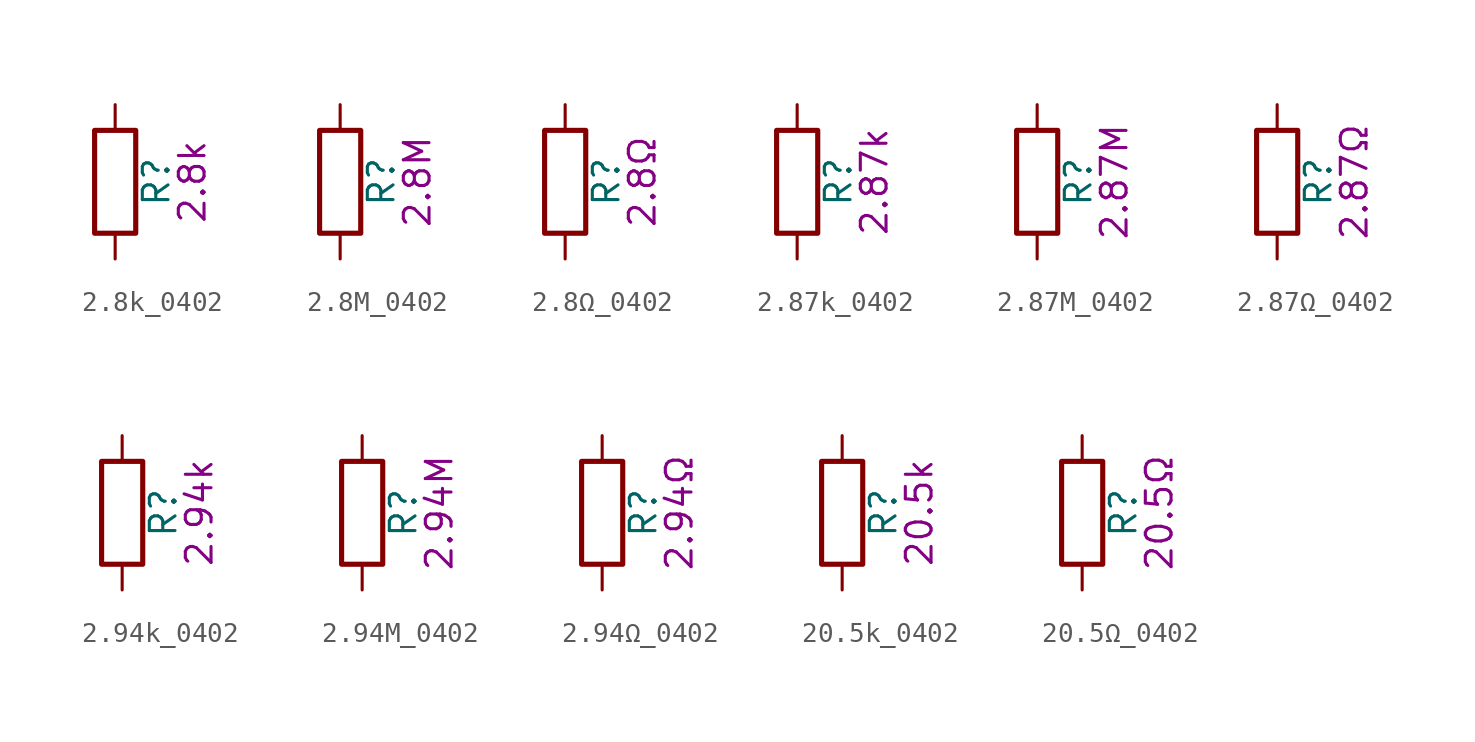
<source format=kicad_sym>
(kicad_symbol_lib
  (version 20211014)
  (generator kicad_symbol_editor)
  (symbol "2.8k_0402"
    (pin_numbers hide)
    (pin_names
      (offset 0))
    (property "Reference" "R"
      (at 2.032 0 90)
      (effects (font (size 1.27 1.27))))
    (property "Display" "2.8k"
      (at 3.81 0 90)
      (effects (font (size 1.27 1.27))))
    (symbol "2.8k_0402_0_1"
      (rectangle (start -1.016 -2.54) (end 1.016 2.54) (stroke (width 0.254) (type default) (color 0 0 0 0)) (fill (type none))))
    (symbol "2.8k_0402_1_1"
      (pin passive line (at 0 3.81 270) (length 1.27) (name "~" (effects (font (size 1.27 1.27)))) (number "1" (effects (font (size 1.27 1.27)))))
      (pin passive line (at 0 -3.81 90) (length 1.27) (name "~" (effects (font (size 1.27 1.27)))) (number "2" (effects (font (size 1.27 1.27)))))))
  (symbol "2.8M_0402"
    (pin_numbers hide)
    (pin_names
      (offset 0))
    (property "Reference" "R"
      (at 2.032 0 90)
      (effects (font (size 1.27 1.27))))
    (property "Display" "2.8M"
      (at 3.81 0 90)
      (effects (font (size 1.27 1.27))))
    (symbol "2.8M_0402_0_1"
      (rectangle (start -1.016 -2.54) (end 1.016 2.54) (stroke (width 0.254) (type default) (color 0 0 0 0)) (fill (type none))))
    (symbol "2.8M_0402_1_1"
      (pin passive line (at 0 3.81 270) (length 1.27) (name "~" (effects (font (size 1.27 1.27)))) (number "1" (effects (font (size 1.27 1.27)))))
      (pin passive line (at 0 -3.81 90) (length 1.27) (name "~" (effects (font (size 1.27 1.27)))) (number "2" (effects (font (size 1.27 1.27)))))))
  (symbol "2.8Ω_0402"
    (pin_numbers hide)
    (pin_names
      (offset 0))
    (property "Reference" "R"
      (at 2.032 0 90)
      (effects (font (size 1.27 1.27))))
    (property "Display" "2.8Ω"
      (at 3.81 0 90)
      (effects (font (size 1.27 1.27))))
    (symbol "2.8Ω_0402_0_1"
      (rectangle (start -1.016 -2.54) (end 1.016 2.54) (stroke (width 0.254) (type default) (color 0 0 0 0)) (fill (type none))))
    (symbol "2.8Ω_0402_1_1"
      (pin passive line (at 0 3.81 270) (length 1.27) (name "~" (effects (font (size 1.27 1.27)))) (number "1" (effects (font (size 1.27 1.27)))))
      (pin passive line (at 0 -3.81 90) (length 1.27) (name "~" (effects (font (size 1.27 1.27)))) (number "2" (effects (font (size 1.27 1.27)))))))
  (symbol "2.87k_0402"
    (pin_numbers hide)
    (pin_names
      (offset 0))
    (property "Reference" "R"
      (at 2.032 0 90)
      (effects (font (size 1.27 1.27))))
    (property "Display" "2.87k"
      (at 3.81 0 90)
      (effects (font (size 1.27 1.27))))
    (symbol "2.87k_0402_0_1"
      (rectangle (start -1.016 -2.54) (end 1.016 2.54) (stroke (width 0.254) (type default) (color 0 0 0 0)) (fill (type none))))
    (symbol "2.87k_0402_1_1"
      (pin passive line (at 0 3.81 270) (length 1.27) (name "~" (effects (font (size 1.27 1.27)))) (number "1" (effects (font (size 1.27 1.27)))))
      (pin passive line (at 0 -3.81 90) (length 1.27) (name "~" (effects (font (size 1.27 1.27)))) (number "2" (effects (font (size 1.27 1.27)))))))
  (symbol "2.87M_0402"
    (pin_numbers hide)
    (pin_names
      (offset 0))
    (property "Reference" "R"
      (at 2.032 0 90)
      (effects (font (size 1.27 1.27))))
    (property "Display" "2.87M"
      (at 3.81 0 90)
      (effects (font (size 1.27 1.27))))
    (symbol "2.87M_0402_0_1"
      (rectangle (start -1.016 -2.54) (end 1.016 2.54) (stroke (width 0.254) (type default) (color 0 0 0 0)) (fill (type none))))
    (symbol "2.87M_0402_1_1"
      (pin passive line (at 0 3.81 270) (length 1.27) (name "~" (effects (font (size 1.27 1.27)))) (number "1" (effects (font (size 1.27 1.27)))))
      (pin passive line (at 0 -3.81 90) (length 1.27) (name "~" (effects (font (size 1.27 1.27)))) (number "2" (effects (font (size 1.27 1.27)))))))
  (symbol "2.87Ω_0402"
    (pin_numbers hide)
    (pin_names
      (offset 0))
    (property "Reference" "R"
      (at 2.032 0 90)
      (effects (font (size 1.27 1.27))))
    (property "Display" "2.87Ω"
      (at 3.81 0 90)
      (effects (font (size 1.27 1.27))))
    (symbol "2.87Ω_0402_0_1"
      (rectangle (start -1.016 -2.54) (end 1.016 2.54) (stroke (width 0.254) (type default) (color 0 0 0 0)) (fill (type none))))
    (symbol "2.87Ω_0402_1_1"
      (pin passive line (at 0 3.81 270) (length 1.27) (name "~" (effects (font (size 1.27 1.27)))) (number "1" (effects (font (size 1.27 1.27)))))
      (pin passive line (at 0 -3.81 90) (length 1.27) (name "~" (effects (font (size 1.27 1.27)))) (number "2" (effects (font (size 1.27 1.27)))))))
  (symbol "2.94k_0402"
    (pin_numbers hide)
    (pin_names
      (offset 0))
    (property "Reference" "R"
      (at 2.032 0 90)
      (effects (font (size 1.27 1.27))))
    (property "Display" "2.94k"
      (at 3.81 0 90)
      (effects (font (size 1.27 1.27))))
    (symbol "2.94k_0402_0_1"
      (rectangle (start -1.016 -2.54) (end 1.016 2.54) (stroke (width 0.254) (type default) (color 0 0 0 0)) (fill (type none))))
    (symbol "2.94k_0402_1_1"
      (pin passive line (at 0 3.81 270) (length 1.27) (name "~" (effects (font (size 1.27 1.27)))) (number "1" (effects (font (size 1.27 1.27)))))
      (pin passive line (at 0 -3.81 90) (length 1.27) (name "~" (effects (font (size 1.27 1.27)))) (number "2" (effects (font (size 1.27 1.27)))))))
  (symbol "2.94M_0402"
    (pin_numbers hide)
    (pin_names
      (offset 0))
    (property "Reference" "R"
      (at 2.032 0 90)
      (effects (font (size 1.27 1.27))))
    (property "Display" "2.94M"
      (at 3.81 0 90)
      (effects (font (size 1.27 1.27))))
    (symbol "2.94M_0402_0_1"
      (rectangle (start -1.016 -2.54) (end 1.016 2.54) (stroke (width 0.254) (type default) (color 0 0 0 0)) (fill (type none))))
    (symbol "2.94M_0402_1_1"
      (pin passive line (at 0 3.81 270) (length 1.27) (name "~" (effects (font (size 1.27 1.27)))) (number "1" (effects (font (size 1.27 1.27)))))
      (pin passive line (at 0 -3.81 90) (length 1.27) (name "~" (effects (font (size 1.27 1.27)))) (number "2" (effects (font (size 1.27 1.27)))))))
  (symbol "2.94Ω_0402"
    (pin_numbers hide)
    (pin_names
      (offset 0))
    (property "Reference" "R"
      (at 2.032 0 90)
      (effects (font (size 1.27 1.27))))
    (property "Display" "2.94Ω"
      (at 3.81 0 90)
      (effects (font (size 1.27 1.27))))
    (symbol "2.94Ω_0402_0_1"
      (rectangle (start -1.016 -2.54) (end 1.016 2.54) (stroke (width 0.254) (type default) (color 0 0 0 0)) (fill (type none))))
    (symbol "2.94Ω_0402_1_1"
      (pin passive line (at 0 3.81 270) (length 1.27) (name "~" (effects (font (size 1.27 1.27)))) (number "1" (effects (font (size 1.27 1.27)))))
      (pin passive line (at 0 -3.81 90) (length 1.27) (name "~" (effects (font (size 1.27 1.27)))) (number "2" (effects (font (size 1.27 1.27)))))))
  (symbol "20.5k_0402"
    (pin_numbers hide)
    (pin_names
      (offset 0))
    (property "Reference" "R"
      (at 2.032 0 90)
      (effects (font (size 1.27 1.27))))
    (property "Display" "20.5k"
      (at 3.81 0 90)
      (effects (font (size 1.27 1.27))))
    (symbol "20.5k_0402_0_1"
      (rectangle (start -1.016 -2.54) (end 1.016 2.54) (stroke (width 0.254) (type default) (color 0 0 0 0)) (fill (type none))))
    (symbol "20.5k_0402_1_1"
      (pin passive line (at 0 3.81 270) (length 1.27) (name "~" (effects (font (size 1.27 1.27)))) (number "1" (effects (font (size 1.27 1.27)))))
      (pin passive line (at 0 -3.81 90) (length 1.27) (name "~" (effects (font (size 1.27 1.27)))) (number "2" (effects (font (size 1.27 1.27)))))))
  (symbol "20.5Ω_0402"
    (pin_numbers hide)
    (pin_names
      (offset 0))
    (property "Reference" "R"
      (at 2.032 0 90)
      (effects (font (size 1.27 1.27))))
    (property "Display" "20.5Ω"
      (at 3.81 0 90)
      (effects (font (size 1.27 1.27))))
    (symbol "20.5Ω_0402_0_1"
      (rectangle (start -1.016 -2.54) (end 1.016 2.54) (stroke (width 0.254) (type default) (color 0 0 0 0)) (fill (type none))))
    (symbol "20.5Ω_0402_1_1"
      (pin passive line (at 0 3.81 270) (length 1.27) (name "~" (effects (font (size 1.27 1.27)))) (number "1" (effects (font (size 1.27 1.27)))))
      (pin passive line (at 0 -3.81 90) (length 1.27) (name "~" (effects (font (size 1.27 1.27)))) (number "2" (effects (font (size 1.27 1.27))))))))
</source>
